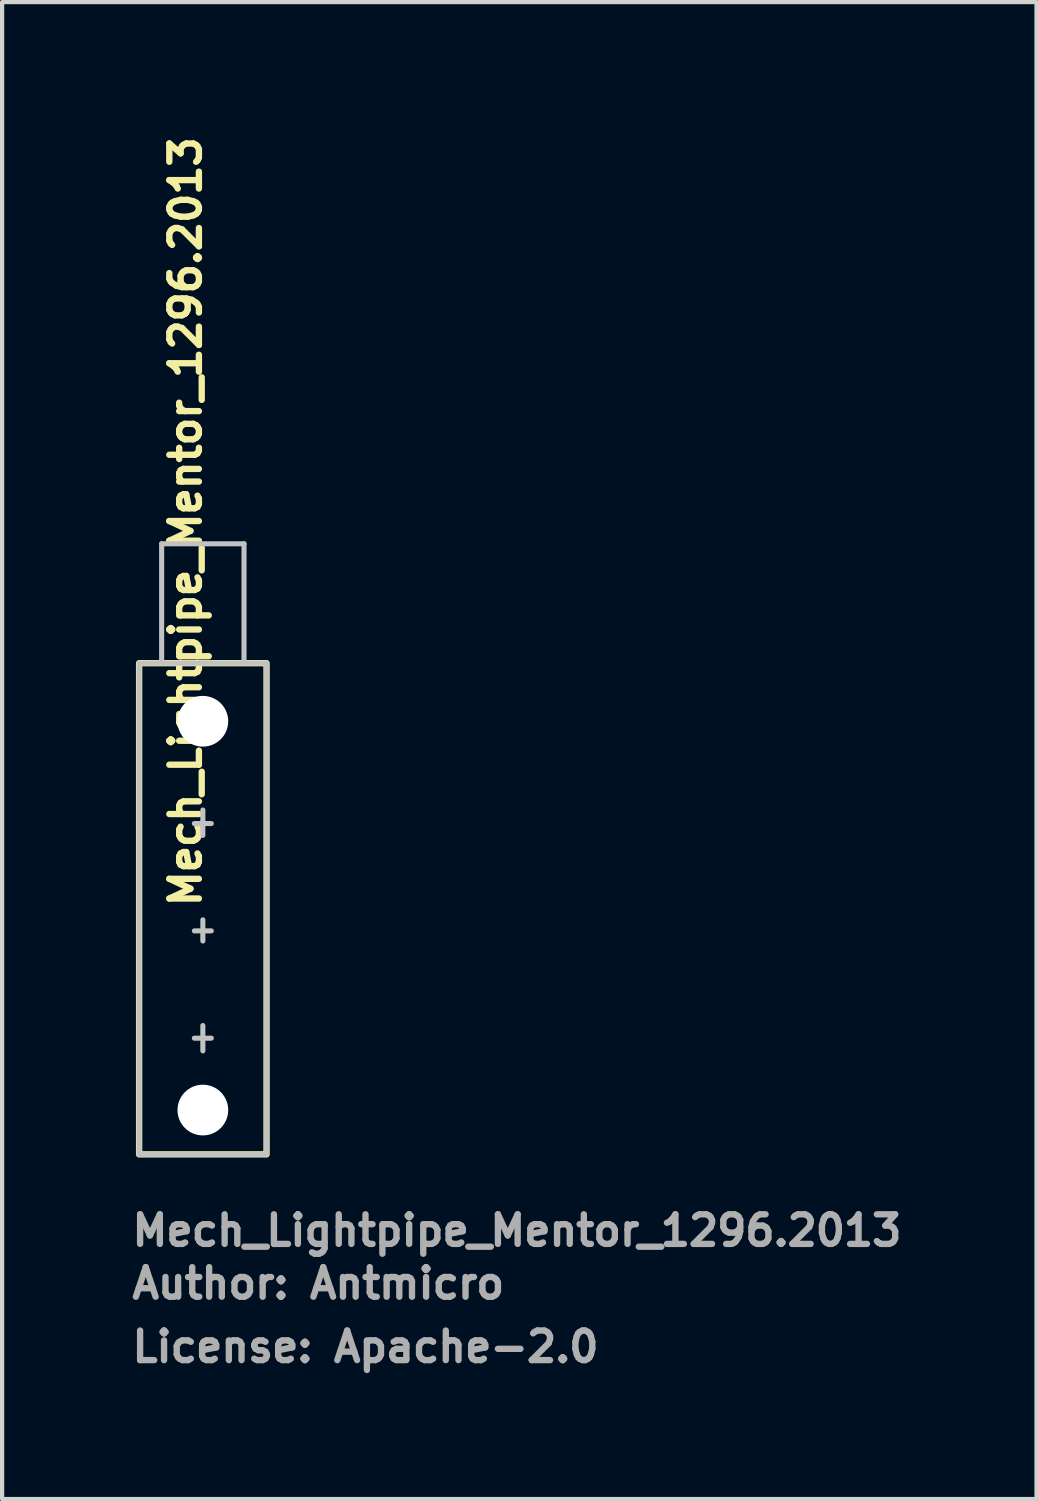
<source format=kicad_pcb>
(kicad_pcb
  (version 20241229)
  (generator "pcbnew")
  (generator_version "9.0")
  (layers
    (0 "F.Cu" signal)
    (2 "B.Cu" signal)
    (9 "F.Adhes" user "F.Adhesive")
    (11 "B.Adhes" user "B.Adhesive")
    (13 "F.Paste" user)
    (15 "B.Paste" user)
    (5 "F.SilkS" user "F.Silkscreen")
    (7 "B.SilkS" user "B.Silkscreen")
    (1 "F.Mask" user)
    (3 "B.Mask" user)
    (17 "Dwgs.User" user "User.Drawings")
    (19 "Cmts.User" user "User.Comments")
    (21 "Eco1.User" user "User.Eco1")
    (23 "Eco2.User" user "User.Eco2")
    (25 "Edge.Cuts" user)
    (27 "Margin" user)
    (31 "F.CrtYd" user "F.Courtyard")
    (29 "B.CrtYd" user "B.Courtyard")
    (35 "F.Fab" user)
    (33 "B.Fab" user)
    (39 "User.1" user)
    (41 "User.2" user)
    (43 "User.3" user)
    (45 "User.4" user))
  (footprint "Mech_Lightpipe_Mentor_1296.2013"
    (layer "F.Cu")
    (at 1.75 18.977)
    (property "Reference" "Mech_Lightpipe_Mentor_1296.2013" (at 0 -0.5 90) (unlocked yes) (layer "F.SilkS") (effects (font (size 0.7 0.7) (thickness 0.15)) (justify left bottom)))
    (attr exclude_from_pos_files)
    (fp_rect (start -1.508 -6.335) (end 1.507 5.289) (stroke (width 0.15) (type solid)) (fill no) (layer "F.SilkS"))
    (fp_line (start -0.975 -9.16) (end -0.975 -6.361) (stroke (width 0.12) (type solid)) (layer "Dwgs.User"))
    (fp_line (start -0.975 -9.16) (end 0.974 -9.16) (stroke (width 0.12) (type solid)) (layer "Dwgs.User"))
    (fp_line (start 0 -2.86) (end 0 -2.26) (stroke (width 0.12) (type solid)) (layer "Dwgs.User"))
    (fp_line (start 0 -0.261) (end 0 0.239) (stroke (width 0.12) (type solid)) (layer "Dwgs.User"))
    (fp_line (start 0 2.24) (end 0 2.839) (stroke (width 0.12) (type solid)) (layer "Dwgs.User"))
    (fp_line (start 0.2 -2.54) (end -0.201 -2.54) (stroke (width 0.12) (type solid)) (layer "Dwgs.User"))
    (fp_line (start 0.2 0) (end -0.201 0) (stroke (width 0.12) (type solid)) (layer "Dwgs.User"))
    (fp_line (start 0.2 2.539) (end -0.201 2.539) (stroke (width 0.12) (type solid)) (layer "Dwgs.User"))
    (fp_line (start 0.974 -9.16) (end 0.974 -6.361) (stroke (width 0.12) (type solid)) (layer "Dwgs.User"))
    (fp_rect (start -1.508 -6.335) (end 1.507 5.289) (stroke (width 0.12) (type solid)) (fill no) (layer "Dwgs.User"))
    (fp_line (start -1.595 -3.765) (end -0.966 -3.765) (stroke (width 0.01) (type solid)) (layer "User.9"))
    (fp_line (start -1.595 5.349) (end -1.595 -3.765) (stroke (width 0.01) (type solid)) (layer "User.9"))
    (fp_line (start -1.595 5.349) (end 1.59 5.349) (stroke (width 0.01) (type solid)) (layer "User.9"))
    (fp_line (start -1.57 -5.851) (end -1.57 -3.781) (stroke (width 0.01) (type solid)) (layer "User.9"))
    (fp_line (start -1.57 -5.851) (end -0.9 -5.851) (stroke (width 0.01) (type solid)) (layer "User.9"))
    (fp_line (start -1.57 -3.781) (end -1.595 -3.765) (stroke (width 0.01) (type solid)) (layer "User.9"))
    (fp_line (start -1.57 -3.781) (end -0.95 -3.781) (stroke (width 0.01) (type solid)) (layer "User.9"))
    (fp_line (start -0.966 -3.765) (end -0.966 4.645) (stroke (width 0.01) (type solid)) (layer "User.9"))
    (fp_line (start -0.966 -3.765) (end -0.95 -3.781) (stroke (width 0.01) (type solid)) (layer "User.9"))
    (fp_line (start -0.966 4.651) (end -0.966 4.645) (stroke (width 0.01) (type solid)) (layer "User.9"))
    (fp_line (start -0.965 4.657) (end -0.966 4.651) (stroke (width 0.01) (type solid)) (layer "User.9"))
    (fp_line (start -0.965 4.663) (end -0.965 4.657) (stroke (width 0.01) (type solid)) (layer "User.9"))
    (fp_line (start -0.964 4.669) (end -0.965 4.663) (stroke (width 0.01) (type solid)) (layer "User.9"))
    (fp_line (start -0.962 4.674) (end -0.964 4.669) (stroke (width 0.01) (type solid)) (layer "User.9"))
    (fp_line (start -0.961 4.68) (end -0.962 4.674) (stroke (width 0.01) (type solid)) (layer "User.9"))
    (fp_line (start -0.959 4.686) (end -0.961 4.68) (stroke (width 0.01) (type solid)) (layer "User.9"))
    (fp_line (start -0.958 4.644) (end -0.958 4.638) (stroke (width 0.01) (type solid)) (layer "User.9"))
    (fp_line (start -0.958 4.646) (end -0.958 4.646) (stroke (width 0.01) (type solid)) (layer "User.9"))
    (fp_line (start -0.958 4.647) (end -0.958 4.646) (stroke (width 0.01) (type solid)) (layer "User.9"))
    (fp_line (start -0.958 4.646) (end -0.958 4.646) (stroke (width 0.01) (type solid)) (layer "User.9"))
    (fp_line (start -0.958 4.646) (end -0.958 4.648) (stroke (width 0.01) (type solid)) (layer "User.9"))
    (fp_line (start -0.958 4.649) (end -0.958 4.647) (stroke (width 0.01) (type solid)) (layer "User.9"))
    (fp_line (start -0.958 4.65) (end -0.958 4.644) (stroke (width 0.01) (type solid)) (layer "User.9"))
    (fp_line (start -0.957 4.651) (end -0.958 4.649) (stroke (width 0.01) (type solid)) (layer "User.9"))
    (fp_line (start -0.957 4.656) (end -0.958 4.65) (stroke (width 0.01) (type solid)) (layer "User.9"))
    (fp_line (start -0.957 4.691) (end -0.959 4.686) (stroke (width 0.01) (type solid)) (layer "User.9"))
    (fp_line (start -0.956 4.659) (end -0.957 4.651) (stroke (width 0.01) (type solid)) (layer "User.9"))
    (fp_line (start -0.956 4.662) (end -0.957 4.656) (stroke (width 0.01) (type solid)) (layer "User.9"))
    (fp_line (start -0.955 4.668) (end -0.956 4.662) (stroke (width 0.01) (type solid)) (layer "User.9"))
    (fp_line (start -0.954 4.696) (end -0.957 4.691) (stroke (width 0.01) (type solid)) (layer "User.9"))
    (fp_line (start -0.954 4.669) (end -0.956 4.659) (stroke (width 0.01) (type solid)) (layer "User.9"))
    (fp_line (start -0.954 4.669) (end -0.954 4.669) (stroke (width 0.01) (type solid)) (layer "User.9"))
    (fp_line (start -0.953 4.673) (end -0.955 4.668) (stroke (width 0.01) (type solid)) (layer "User.9"))
    (fp_line (start -0.951 4.702) (end -0.954 4.696) (stroke (width 0.01) (type solid)) (layer "User.9"))
    (fp_line (start -0.951 4.679) (end -0.953 4.673) (stroke (width 0.01) (type solid)) (layer "User.9"))
    (fp_line (start -0.95 -3.331) (end -0.95 -3.781) (stroke (width 0.01) (type solid)) (layer "User.9"))
    (fp_line (start -0.95 -3.131) (end -0.95 -3.331) (stroke (width 0.01) (type solid)) (layer "User.9"))
    (fp_line (start -0.95 -1.631) (end -0.95 -1.831) (stroke (width 0.01) (type solid)) (layer "User.9"))
    (fp_line (start -0.95 -0.831) (end -0.95 -1.631) (stroke (width 0.01) (type solid)) (layer "User.9"))
    (fp_line (start -0.95 -0.631) (end -0.95 -0.831) (stroke (width 0.01) (type solid)) (layer "User.9"))
    (fp_line (start -0.95 0.909) (end -0.95 0.709) (stroke (width 0.01) (type solid)) (layer "User.9"))
    (fp_line (start -0.95 1.709) (end -0.95 0.909) (stroke (width 0.01) (type solid)) (layer "User.9"))
    (fp_line (start -0.95 1.909) (end -0.95 1.709) (stroke (width 0.01) (type solid)) (layer "User.9"))
    (fp_line (start -0.95 -1.831) (end -0.95 -3.131) (stroke (width 0.01) (type solid)) (layer "User.9"))
    (fp_line (start -0.95 -1.831) (end -0.95 -1.821) (stroke (width 0.01) (type solid)) (layer "User.9"))
    (fp_line (start -0.95 0.709) (end -0.95 -0.631) (stroke (width 0.01) (type solid)) (layer "User.9"))
    (fp_line (start -0.95 0.709) (end -0.95 0.719) (stroke (width 0.01) (type solid)) (layer "User.9"))
    (fp_line (start -0.95 1.909) (end -0.95 4.681) (stroke (width 0.01) (type solid)) (layer "User.9"))
    (fp_line (start -0.95 1.909) (end -0.95 1.9) (stroke (width 0.01) (type solid)) (layer "User.9"))
    (fp_line (start -0.95 -3.14) (end -0.95 -3.131) (stroke (width 0.01) (type solid)) (layer "User.9"))
    (fp_line (start -0.95 -0.64) (end -0.95 -0.631) (stroke (width 0.01) (type solid)) (layer "User.9"))
    (fp_line (start -0.95 -1.821) (end -0.949 -1.812) (stroke (width 0.01) (type solid)) (layer "User.9"))
    (fp_line (start -0.95 0.719) (end -0.949 0.728) (stroke (width 0.01) (type solid)) (layer "User.9"))
    (fp_line (start -0.95 1.9) (end -0.949 1.891) (stroke (width 0.01) (type solid)) (layer "User.9"))
    (fp_line (start -0.949 -3.149) (end -0.95 -3.14) (stroke (width 0.01) (type solid)) (layer "User.9"))
    (fp_line (start -0.949 -0.649) (end -0.95 -0.64) (stroke (width 0.01) (type solid)) (layer "User.9"))
    (fp_line (start -0.949 -1.812) (end -0.948 -1.803) (stroke (width 0.01) (type solid)) (layer "User.9"))
    (fp_line (start -0.949 0.728) (end -0.948 0.737) (stroke (width 0.01) (type solid)) (layer "User.9"))
    (fp_line (start -0.949 1.891) (end -0.948 1.882) (stroke (width 0.01) (type solid)) (layer "User.9"))
    (fp_line (start -0.949 4.684) (end -0.951 4.679) (stroke (width 0.01) (type solid)) (layer "User.9"))
    (fp_line (start -0.949 4.707) (end -0.951 4.702) (stroke (width 0.01) (type solid)) (layer "User.9"))
    (fp_line (start -0.948 -3.158) (end -0.949 -3.149) (stroke (width 0.01) (type solid)) (layer "User.9"))
    (fp_line (start -0.948 -0.658) (end -0.949 -0.649) (stroke (width 0.01) (type solid)) (layer "User.9"))
    (fp_line (start -0.948 -1.803) (end -0.946 -1.794) (stroke (width 0.01) (type solid)) (layer "User.9"))
    (fp_line (start -0.948 0.737) (end -0.946 0.746) (stroke (width 0.01) (type solid)) (layer "User.9"))
    (fp_line (start -0.948 1.882) (end -0.946 1.873) (stroke (width 0.01) (type solid)) (layer "User.9"))
    (fp_line (start -0.947 -3.167) (end -0.948 -3.158) (stroke (width 0.01) (type solid)) (layer "User.9"))
    (fp_line (start -0.947 -0.667) (end -0.948 -0.658) (stroke (width 0.01) (type solid)) (layer "User.9"))
    (fp_line (start -0.946 -1.794) (end -0.945 -1.785) (stroke (width 0.01) (type solid)) (layer "User.9"))
    (fp_line (start -0.946 0.746) (end -0.945 0.755) (stroke (width 0.01) (type solid)) (layer "User.9"))
    (fp_line (start -0.946 1.873) (end -0.945 1.864) (stroke (width 0.01) (type solid)) (layer "User.9"))
    (fp_line (start -0.946 4.69) (end -0.949 4.684) (stroke (width 0.01) (type solid)) (layer "User.9"))
    (fp_line (start -0.946 4.691) (end -0.954 4.669) (stroke (width 0.01) (type solid)) (layer "User.9"))
    (fp_line (start -0.946 4.691) (end -0.946 4.691) (stroke (width 0.01) (type solid)) (layer "User.9"))
    (fp_line (start -0.945 4.712) (end -0.949 4.707) (stroke (width 0.01) (type solid)) (layer "User.9"))
    (fp_line (start -0.945 -3.176) (end -0.947 -3.167) (stroke (width 0.01) (type solid)) (layer "User.9"))
    (fp_line (start -0.945 -0.676) (end -0.947 -0.667) (stroke (width 0.01) (type solid)) (layer "User.9"))
    (fp_line (start -0.945 -1.785) (end -0.942 -1.777) (stroke (width 0.01) (type solid)) (layer "User.9"))
    (fp_line (start -0.945 0.755) (end -0.942 0.763) (stroke (width 0.01) (type solid)) (layer "User.9"))
    (fp_line (start -0.945 1.864) (end -0.942 1.855) (stroke (width 0.01) (type solid)) (layer "User.9"))
    (fp_line (start -0.944 4.694) (end -0.946 4.691) (stroke (width 0.01) (type solid)) (layer "User.9"))
    (fp_line (start -0.944 4.695) (end -0.946 4.69) (stroke (width 0.01) (type solid)) (layer "User.9"))
    (fp_line (start -0.943 4.697) (end -0.944 4.694) (stroke (width 0.01) (type solid)) (layer "User.9"))
    (fp_line (start -0.943 -3.185) (end -0.945 -3.176) (stroke (width 0.01) (type solid)) (layer "User.9"))
    (fp_line (start -0.943 -0.685) (end -0.945 -0.676) (stroke (width 0.01) (type solid)) (layer "User.9"))
    (fp_line (start -0.942 -1.777) (end -0.94 -1.768) (stroke (width 0.01) (type solid)) (layer "User.9"))
    (fp_line (start -0.942 0.763) (end -0.94 0.772) (stroke (width 0.01) (type solid)) (layer "User.9"))
    (fp_line (start -0.942 1.855) (end -0.94 1.847) (stroke (width 0.01) (type solid)) (layer "User.9"))
    (fp_line (start -0.942 4.716) (end -0.945 4.712) (stroke (width 0.01) (type solid)) (layer "User.9"))
    (fp_line (start -0.941 4.7) (end -0.943 4.697) (stroke (width 0.01) (type solid)) (layer "User.9"))
    (fp_line (start -0.941 4.7) (end -0.944 4.695) (stroke (width 0.01) (type solid)) (layer "User.9"))
    (fp_line (start -0.94 -3.193) (end -0.943 -3.185) (stroke (width 0.01) (type solid)) (layer "User.9"))
    (fp_line (start -0.94 -0.693) (end -0.943 -0.685) (stroke (width 0.01) (type solid)) (layer "User.9"))
    (fp_line (start -0.94 -1.768) (end -0.937 -1.76) (stroke (width 0.01) (type solid)) (layer "User.9"))
    (fp_line (start -0.94 0.772) (end -0.937 0.78) (stroke (width 0.01) (type solid)) (layer "User.9"))
    (fp_line (start -0.94 1.847) (end -0.937 1.839) (stroke (width 0.01) (type solid)) (layer "User.9"))
    (fp_line (start -0.939 4.702) (end -0.941 4.7) (stroke (width 0.01) (type solid)) (layer "User.9"))
    (fp_line (start -0.938 4.721) (end -0.942 4.716) (stroke (width 0.01) (type solid)) (layer "User.9"))
    (fp_line (start -0.938 4.705) (end -0.941 4.7) (stroke (width 0.01) (type solid)) (layer "User.9"))
    (fp_line (start -0.938 4.705) (end -0.939 4.702) (stroke (width 0.01) (type solid)) (layer "User.9"))
    (fp_line (start -0.937 -3.201) (end -0.94 -3.193) (stroke (width 0.01) (type solid)) (layer "User.9"))
    (fp_line (start -0.937 -0.701) (end -0.94 -0.693) (stroke (width 0.01) (type solid)) (layer "User.9"))
    (fp_line (start -0.937 -1.76) (end -0.934 -1.752) (stroke (width 0.01) (type solid)) (layer "User.9"))
    (fp_line (start -0.937 0.78) (end -0.934 0.788) (stroke (width 0.01) (type solid)) (layer "User.9"))
    (fp_line (start -0.937 1.839) (end -0.934 1.83) (stroke (width 0.01) (type solid)) (layer "User.9"))
    (fp_line (start -0.936 4.708) (end -0.938 4.705) (stroke (width 0.01) (type solid)) (layer "User.9"))
    (fp_line (start -0.934 4.709) (end -0.938 4.705) (stroke (width 0.01) (type solid)) (layer "User.9"))
    (fp_line (start -0.934 4.725) (end -0.938 4.721) (stroke (width 0.01) (type solid)) (layer "User.9"))
    (fp_line (start -0.934 4.71) (end -0.936 4.708) (stroke (width 0.01) (type solid)) (layer "User.9"))
    (fp_line (start -0.934 -3.21) (end -0.937 -3.201) (stroke (width 0.01) (type solid)) (layer "User.9"))
    (fp_line (start -0.934 -0.71) (end -0.937 -0.701) (stroke (width 0.01) (type solid)) (layer "User.9"))
    (fp_line (start -0.934 -1.752) (end -0.93 -1.744) (stroke (width 0.01) (type solid)) (layer "User.9"))
    (fp_line (start -0.934 0.788) (end -0.93 0.796) (stroke (width 0.01) (type solid)) (layer "User.9"))
    (fp_line (start -0.934 1.83) (end -0.93 1.822) (stroke (width 0.01) (type solid)) (layer "User.9"))
    (fp_line (start -0.932 4.713) (end -0.934 4.71) (stroke (width 0.01) (type solid)) (layer "User.9"))
    (fp_line (start -0.931 4.714) (end -0.934 4.709) (stroke (width 0.01) (type solid)) (layer "User.9"))
    (fp_line (start -0.93 4.73) (end -0.934 4.725) (stroke (width 0.01) (type solid)) (layer "User.9"))
    (fp_line (start -0.93 -3.218) (end -0.934 -3.21) (stroke (width 0.01) (type solid)) (layer "User.9"))
    (fp_line (start -0.93 -0.718) (end -0.934 -0.71) (stroke (width 0.01) (type solid)) (layer "User.9"))
    (fp_line (start -0.93 -1.744) (end -0.926 -1.736) (stroke (width 0.01) (type solid)) (layer "User.9"))
    (fp_line (start -0.93 0.796) (end -0.926 0.804) (stroke (width 0.01) (type solid)) (layer "User.9"))
    (fp_line (start -0.93 1.822) (end -0.926 1.814) (stroke (width 0.01) (type solid)) (layer "User.9"))
    (fp_line (start -0.93 4.715) (end -0.932 4.713) (stroke (width 0.01) (type solid)) (layer "User.9"))
    (fp_line (start -0.928 4.717) (end -0.93 4.715) (stroke (width 0.01) (type solid)) (layer "User.9"))
    (fp_line (start -0.927 4.718) (end -0.931 4.714) (stroke (width 0.01) (type solid)) (layer "User.9"))
    (fp_line (start -0.926 4.734) (end -0.93 4.73) (stroke (width 0.01) (type solid)) (layer "User.9"))
    (fp_line (start -0.926 -3.226) (end -0.93 -3.218) (stroke (width 0.01) (type solid)) (layer "User.9"))
    (fp_line (start -0.926 -0.726) (end -0.93 -0.718) (stroke (width 0.01) (type solid)) (layer "User.9"))
    (fp_line (start -0.926 -1.736) (end -0.921 -1.728) (stroke (width 0.01) (type solid)) (layer "User.9"))
    (fp_line (start -0.926 0.804) (end -0.921 0.812) (stroke (width 0.01) (type solid)) (layer "User.9"))
    (fp_line (start -0.926 1.814) (end -0.921 1.807) (stroke (width 0.01) (type solid)) (layer "User.9"))
    (fp_line (start -0.926 4.72) (end -0.928 4.717) (stroke (width 0.01) (type solid)) (layer "User.9"))
    (fp_line (start -0.923 4.722) (end -0.926 4.72) (stroke (width 0.01) (type solid)) (layer "User.9"))
    (fp_line (start -0.923 4.722) (end -0.927 4.718) (stroke (width 0.01) (type solid)) (layer "User.9"))
    (fp_line (start -0.922 4.738) (end -0.926 4.734) (stroke (width 0.01) (type solid)) (layer "User.9"))
    (fp_line (start -0.922 -3.233) (end -0.926 -3.226) (stroke (width 0.01) (type solid)) (layer "User.9"))
    (fp_line (start -0.922 -0.733) (end -0.926 -0.726) (stroke (width 0.01) (type solid)) (layer "User.9"))
    (fp_line (start -0.921 -1.728) (end -0.917 -1.72) (stroke (width 0.01) (type solid)) (layer "User.9"))
    (fp_line (start -0.921 0.812) (end -0.917 0.82) (stroke (width 0.01) (type solid)) (layer "User.9"))
    (fp_line (start -0.921 1.807) (end -0.917 1.799) (stroke (width 0.01) (type solid)) (layer "User.9"))
    (fp_line (start -0.921 4.724) (end -0.923 4.722) (stroke (width 0.01) (type solid)) (layer "User.9"))
    (fp_line (start -0.919 4.726) (end -0.923 4.722) (stroke (width 0.01) (type solid)) (layer "User.9"))
    (fp_line (start -0.919 4.726) (end -0.921 4.724) (stroke (width 0.01) (type solid)) (layer "User.9"))
    (fp_line (start -0.917 4.741) (end -0.922 4.738) (stroke (width 0.01) (type solid)) (layer "User.9"))
    (fp_line (start -0.917 -3.241) (end -0.922 -3.233) (stroke (width 0.01) (type solid)) (layer "User.9"))
    (fp_line (start -0.917 -0.741) (end -0.922 -0.733) (stroke (width 0.01) (type solid)) (layer "User.9"))
    (fp_line (start -0.917 -1.72) (end -0.911 -1.713) (stroke (width 0.01) (type solid)) (layer "User.9"))
    (fp_line (start -0.917 0.82) (end -0.911 0.827) (stroke (width 0.01) (type solid)) (layer "User.9"))
    (fp_line (start -0.917 1.799) (end -0.911 1.792) (stroke (width 0.01) (type solid)) (layer "User.9"))
    (fp_line (start -0.916 4.729) (end -0.919 4.726) (stroke (width 0.01) (type solid)) (layer "User.9"))
    (fp_line (start -0.915 4.73) (end -0.919 4.726) (stroke (width 0.01) (type solid)) (layer "User.9"))
    (fp_line (start -0.914 4.731) (end -0.916 4.729) (stroke (width 0.01) (type solid)) (layer "User.9"))
    (fp_line (start -0.914 4.731) (end -0.914 4.731) (stroke (width 0.01) (type solid)) (layer "User.9"))
    (fp_line (start -0.912 4.745) (end -0.917 4.741) (stroke (width 0.01) (type solid)) (layer "User.9"))
    (fp_line (start -0.912 -3.248) (end -0.917 -3.241) (stroke (width 0.01) (type solid)) (layer "User.9"))
    (fp_line (start -0.912 -0.748) (end -0.917 -0.741) (stroke (width 0.01) (type solid)) (layer "User.9"))
    (fp_line (start -0.911 -1.713) (end -0.906 -1.706) (stroke (width 0.01) (type solid)) (layer "User.9"))
    (fp_line (start -0.911 0.827) (end -0.906 0.834) (stroke (width 0.01) (type solid)) (layer "User.9"))
    (fp_line (start -0.911 1.792) (end -0.906 1.784) (stroke (width 0.01) (type solid)) (layer "User.9"))
    (fp_line (start -0.91 4.734) (end -0.915 4.73) (stroke (width 0.01) (type solid)) (layer "User.9"))
    (fp_line (start -0.91 4.734) (end -0.914 4.731) (stroke (width 0.01) (type solid)) (layer "User.9"))
    (fp_line (start -0.907 4.748) (end -0.912 4.745) (stroke (width 0.01) (type solid)) (layer "User.9"))
    (fp_line (start -0.906 -3.256) (end -0.912 -3.248) (stroke (width 0.01) (type solid)) (layer "User.9"))
    (fp_line (start -0.906 -0.756) (end -0.912 -0.748) (stroke (width 0.01) (type solid)) (layer "User.9"))
    (fp_line (start -0.906 -1.706) (end -0.9 -1.698) (stroke (width 0.01) (type solid)) (layer "User.9"))
    (fp_line (start -0.906 0.834) (end -0.9 0.842) (stroke (width 0.01) (type solid)) (layer "User.9"))
    (fp_line (start -0.906 1.784) (end -0.9 1.777) (stroke (width 0.01) (type solid)) (layer "User.9"))
    (fp_line (start -0.906 4.737) (end -0.91 4.734) (stroke (width 0.01) (type solid)) (layer "User.9"))
    (fp_line (start -0.905 4.737) (end -0.91 4.734) (stroke (width 0.01) (type solid)) (layer "User.9"))
    (fp_line (start -0.902 4.751) (end -0.907 4.748) (stroke (width 0.01) (type solid)) (layer "User.9"))
    (fp_line (start -0.901 4.74) (end -0.906 4.737) (stroke (width 0.01) (type solid)) (layer "User.9"))
    (fp_line (start -0.901 4.74) (end -0.905 4.737) (stroke (width 0.01) (type solid)) (layer "User.9"))
    (fp_line (start -0.9 -6.305) (end -0.9 -8.705) (stroke (width 0.01) (type solid)) (layer "User.9"))
    (fp_line (start -0.9 -3.263) (end -0.906 -3.256) (stroke (width 0.01) (type solid)) (layer "User.9"))
    (fp_line (start -0.9 -0.763) (end -0.906 -0.756) (stroke (width 0.01) (type solid)) (layer "User.9"))
    (fp_line (start -0.9 -0.425) (end -0.9 -6.305) (stroke (width 0.01) (type solid)) (layer "User.9"))
    (fp_line (start -0.9 -0.425) (end -0.9 0.023) (stroke (width 0.01) (type solid)) (layer "User.9"))
    (fp_line (start -0.9 0.023) (end -0.9 0.023) (stroke (width 0.01) (type solid)) (layer "User.9"))
    (fp_line (start -0.9 0.023) (end -0.9 0.465) (stroke (width 0.01) (type solid)) (layer "User.9"))
    (fp_line (start -0.9 0.465) (end -0.9 0.465) (stroke (width 0.01) (type solid)) (layer "User.9"))
    (fp_line (start -0.9 0.465) (end -0.9 0.896) (stroke (width 0.01) (type solid)) (layer "User.9"))
    (fp_line (start -0.9 0.896) (end -0.9 0.896) (stroke (width 0.01) (type solid)) (layer "User.9"))
    (fp_line (start -0.9 0.896) (end -0.9 1.311) (stroke (width 0.01) (type solid)) (layer "User.9"))
    (fp_line (start -0.9 1.311) (end -0.9 1.311) (stroke (width 0.01) (type solid)) (layer "User.9"))
    (fp_line (start -0.9 1.311) (end -0.9 1.703) (stroke (width 0.01) (type solid)) (layer "User.9"))
    (fp_line (start -0.9 1.703) (end -0.9 1.703) (stroke (width 0.01) (type solid)) (layer "User.9"))
    (fp_line (start -0.9 1.703) (end -0.9 2.069) (stroke (width 0.01) (type solid)) (layer "User.9"))
    (fp_line (start -0.9 2.069) (end -0.9 2.069) (stroke (width 0.01) (type solid)) (layer "User.9"))
    (fp_line (start -0.9 2.069) (end -0.9 2.403) (stroke (width 0.01) (type solid)) (layer "User.9"))
    (fp_line (start -0.9 2.403) (end -0.9 2.403) (stroke (width 0.01) (type solid)) (layer "User.9"))
    (fp_line (start -0.9 2.403) (end -0.9 2.702) (stroke (width 0.01) (type solid)) (layer "User.9"))
    (fp_line (start -0.9 2.702) (end -0.9 2.702) (stroke (width 0.01) (type solid)) (layer "User.9"))
    (fp_line (start -0.9 2.702) (end -0.9 2.962) (stroke (width 0.01) (type solid)) (layer "User.9"))
    (fp_line (start -0.9 2.962) (end -0.9 2.962) (stroke (width 0.01) (type solid)) (layer "User.9"))
    (fp_line (start -0.9 2.962) (end -0.9 3.179) (stroke (width 0.01) (type solid)) (layer "User.9"))
    (fp_line (start -0.9 3.179) (end -0.9 3.179) (stroke (width 0.01) (type solid)) (layer "User.9"))
    (fp_line (start -0.9 3.179) (end -0.9 3.351) (stroke (width 0.01) (type solid)) (layer "User.9"))
    (fp_line (start -0.9 3.351) (end -0.9 3.351) (stroke (width 0.01) (type solid)) (layer "User.9"))
    (fp_line (start -0.9 3.351) (end -0.9 3.475) (stroke (width 0.01) (type solid)) (layer "User.9"))
    (fp_line (start -0.9 3.475) (end -0.9 3.475) (stroke (width 0.01) (type solid)) (layer "User.9"))
    (fp_line (start -0.9 3.475) (end -0.9 3.55) (stroke (width 0.01) (type solid)) (layer "User.9"))
    (fp_line (start -0.9 3.55) (end -0.9 3.55) (stroke (width 0.01) (type solid)) (layer "User.9"))
    (fp_line (start -0.9 3.55) (end -0.9 3.575) (stroke (width 0.01) (type solid)) (layer "User.9"))
    (fp_line (start -0.9 3.695) (end -0.9 3.575) (stroke (width 0.01) (type solid)) (layer "User.9"))
    (fp_line (start -0.9 4.575) (end -0.9 3.695) (stroke (width 0.01) (type solid)) (layer "User.9"))
    (fp_line (start -0.9 4.575) (end -0.9 4.695) (stroke (width 0.01) (type solid)) (layer "User.9"))
    (fp_line (start -0.897 4.753) (end -0.902 4.751) (stroke (width 0.01) (type solid)) (layer "User.9"))
    (fp_line (start -0.897 4.742) (end -0.901 4.74) (stroke (width 0.01) (type solid)) (layer "User.9"))
    (fp_line (start -0.895 4.743) (end -0.901 4.74) (stroke (width 0.01) (type solid)) (layer "User.9"))
    (fp_line (start -0.892 4.745) (end -0.897 4.742) (stroke (width 0.01) (type solid)) (layer "User.9"))
    (fp_line (start -0.892 4.756) (end -0.897 4.753) (stroke (width 0.01) (type solid)) (layer "User.9"))
    (fp_line (start -0.89 4.746) (end -0.895 4.743) (stroke (width 0.01) (type solid)) (layer "User.9"))
    (fp_line (start -0.888 4.747) (end -0.892 4.745) (stroke (width 0.01) (type solid)) (layer "User.9"))
    (fp_line (start -0.886 4.758) (end -0.892 4.756) (stroke (width 0.01) (type solid)) (layer "User.9"))
    (fp_line (start -0.885 4.748) (end -0.89 4.746) (stroke (width 0.01) (type solid)) (layer "User.9"))
    (fp_line (start -0.883 4.749) (end -0.888 4.747) (stroke (width 0.01) (type solid)) (layer "User.9"))
    (fp_line (start -0.881 4.76) (end -0.886 4.758) (stroke (width 0.01) (type solid)) (layer "User.9"))
    (fp_line (start -0.88 4.75) (end -0.885 4.748) (stroke (width 0.01) (type solid)) (layer "User.9"))
    (fp_line (start -0.878 4.751) (end -0.883 4.749) (stroke (width 0.01) (type solid)) (layer "User.9"))
    (fp_line (start -0.876 -8.705) (end -0.9 -8.705) (stroke (width 0.01) (type solid)) (layer "User.9"))
    (fp_line (start -0.876 -8.705) (end -0.876 -8.705) (stroke (width 0.01) (type solid)) (layer "User.9"))
    (fp_line (start -0.875 4.762) (end -0.881 4.76) (stroke (width 0.01) (type solid)) (layer "User.9"))
    (fp_line (start -0.874 4.752) (end -0.88 4.75) (stroke (width 0.01) (type solid)) (layer "User.9"))
    (fp_line (start -0.874 4.752) (end -0.878 4.751) (stroke (width 0.01) (type solid)) (layer "User.9"))
    (fp_line (start -0.869 4.763) (end -0.875 4.762) (stroke (width 0.01) (type solid)) (layer "User.9"))
    (fp_line (start -0.869 4.754) (end -0.874 4.752) (stroke (width 0.01) (type solid)) (layer "User.9"))
    (fp_line (start -0.868 4.754) (end -0.874 4.752) (stroke (width 0.01) (type solid)) (layer "User.9"))
    (fp_line (start -0.864 4.755) (end -0.869 4.754) (stroke (width 0.01) (type solid)) (layer "User.9"))
    (fp_line (start -0.864 4.764) (end -0.869 4.763) (stroke (width 0.01) (type solid)) (layer "User.9"))
    (fp_line (start -0.862 4.755) (end -0.868 4.754) (stroke (width 0.01) (type solid)) (layer "User.9"))
    (fp_line (start -0.859 4.756) (end -0.864 4.755) (stroke (width 0.01) (type solid)) (layer "User.9"))
    (fp_line (start -0.858 4.765) (end -0.864 4.764) (stroke (width 0.01) (type solid)) (layer "User.9"))
    (fp_line (start -0.857 4.756) (end -0.862 4.755) (stroke (width 0.01) (type solid)) (layer "User.9"))
    (fp_line (start -0.854 4.757) (end -0.859 4.756) (stroke (width 0.01) (type solid)) (layer "User.9"))
    (fp_line (start -0.852 4.765) (end -0.858 4.765) (stroke (width 0.01) (type solid)) (layer "User.9"))
    (fp_line (start -0.851 4.757) (end -0.857 4.756) (stroke (width 0.01) (type solid)) (layer "User.9"))
    (fp_line (start -0.849 4.757) (end -0.854 4.757) (stroke (width 0.01) (type solid)) (layer "User.9"))
    (fp_line (start -0.846 4.765) (end -0.852 4.765) (stroke (width 0.01) (type solid)) (layer "User.9"))
    (fp_line (start -0.846 4.765) (end 0.996 4.765) (stroke (width 0.01) (type solid)) (layer "User.9"))
    (fp_line (start -0.844 4.757) (end -0.851 4.757) (stroke (width 0.01) (type solid)) (layer "User.9"))
    (fp_line (start -0.844 4.757) (end -0.849 4.757) (stroke (width 0.01) (type solid)) (layer "User.9"))
    (fp_line (start -0.838 4.758) (end -0.844 4.757) (stroke (width 0.01) (type solid)) (layer "User.9"))
    (fp_line (start -0.838 4.758) (end -0.844 4.757) (stroke (width 0.01) (type solid)) (layer "User.9"))
    (fp_line (start -0.803 -8.705) (end -0.876 -8.705) (stroke (width 0.01) (type solid)) (layer "User.9"))
    (fp_line (start -0.803 -8.705) (end -0.803 -8.705) (stroke (width 0.01) (type solid)) (layer "User.9"))
    (fp_line (start -0.712 -8.705) (end -0.677 -8.751) (stroke (width 0.01) (type solid)) (layer "User.9"))
    (fp_line (start -0.687 -8.705) (end -0.803 -8.705) (stroke (width 0.01) (type solid)) (layer "User.9"))
    (fp_line (start -0.687 -8.705) (end -0.687 -8.705) (stroke (width 0.01) (type solid)) (layer "User.9"))
    (fp_line (start -0.677 -8.751) (end -0.639 -8.794) (stroke (width 0.01) (type solid)) (layer "User.9"))
    (fp_line (start -0.639 -8.794) (end -0.598 -8.835) (stroke (width 0.01) (type solid)) (layer "User.9"))
    (fp_line (start -0.598 -8.835) (end -0.556 -8.874) (stroke (width 0.01) (type solid)) (layer "User.9"))
    (fp_line (start -0.556 -8.874) (end -0.511 -8.909) (stroke (width 0.01) (type solid)) (layer "User.9"))
    (fp_line (start -0.533 -8.705) (end -0.687 -8.705) (stroke (width 0.01) (type solid)) (layer "User.9"))
    (fp_line (start -0.533 -8.705) (end -0.533 -8.705) (stroke (width 0.01) (type solid)) (layer "User.9"))
    (fp_line (start -0.511 -8.909) (end -0.465 -8.942) (stroke (width 0.01) (type solid)) (layer "User.9"))
    (fp_line (start -0.465 -8.942) (end -0.416 -8.972) (stroke (width 0.01) (type solid)) (layer "User.9"))
    (fp_line (start -0.425 4.695) (end -0.425 4.758) (stroke (width 0.01) (type solid)) (layer "User.9"))
    (fp_line (start -0.416 -8.972) (end -0.367 -8.999) (stroke (width 0.01) (type solid)) (layer "User.9"))
    (fp_line (start -0.367 -8.999) (end -0.315 -9.024) (stroke (width 0.01) (type solid)) (layer "User.9"))
    (fp_line (start -0.348 -8.705) (end -0.533 -8.705) (stroke (width 0.01) (type solid)) (layer "User.9"))
    (fp_line (start -0.348 -8.705) (end -0.348 -8.705) (stroke (width 0.01) (type solid)) (layer "User.9"))
    (fp_line (start -0.315 -9.024) (end -0.263 -9.045) (stroke (width 0.01) (type solid)) (layer "User.9"))
    (fp_line (start -0.263 -9.045) (end -0.209 -9.063) (stroke (width 0.01) (type solid)) (layer "User.9"))
    (fp_line (start -0.209 -9.063) (end -0.154 -9.078) (stroke (width 0.01) (type solid)) (layer "User.9"))
    (fp_line (start -0.154 -9.078) (end -0.098 -9.09) (stroke (width 0.01) (type solid)) (layer "User.9"))
    (fp_line (start -0.142 -8.705) (end -0.348 -8.705) (stroke (width 0.01) (type solid)) (layer "User.9"))
    (fp_line (start -0.142 -8.705) (end -0.142 -8.705) (stroke (width 0.01) (type solid)) (layer "User.9"))
    (fp_line (start -0.098 -9.09) (end -0.041 -9.098) (stroke (width 0.01) (type solid)) (layer "User.9"))
    (fp_line (start -0.041 -9.098) (end 0.017 -9.103) (stroke (width 0.01) (type solid)) (layer "User.9"))
    (fp_line (start 0.017 -9.103) (end 0.075 -9.105) (stroke (width 0.01) (type solid)) (layer "User.9"))
    (fp_line (start 0.075 -9.105) (end 0.133 -9.103) (stroke (width 0.01) (type solid)) (layer "User.9"))
    (fp_line (start 0.075 -8.705) (end -0.142 -8.705) (stroke (width 0.01) (type solid)) (layer "User.9"))
    (fp_line (start 0.075 -8.705) (end 0.075 -8.705) (stroke (width 0.01) (type solid)) (layer "User.9"))
    (fp_line (start 0.075 -6.305) (end -0.9 -6.305) (stroke (width 0.01) (type solid)) (layer "User.9"))
    (fp_line (start 0.133 -9.103) (end 0.191 -9.098) (stroke (width 0.01) (type solid)) (layer "User.9"))
    (fp_line (start 0.191 -9.098) (end 0.248 -9.09) (stroke (width 0.01) (type solid)) (layer "User.9"))
    (fp_line (start 0.248 -9.09) (end 0.304 -9.078) (stroke (width 0.01) (type solid)) (layer "User.9"))
    (fp_line (start 0.292 -8.705) (end 0.075 -8.705) (stroke (width 0.01) (type solid)) (layer "User.9"))
    (fp_line (start 0.292 -8.705) (end 0.292 -8.705) (stroke (width 0.01) (type solid)) (layer "User.9"))
    (fp_line (start 0.304 -9.078) (end 0.359 -9.063) (stroke (width 0.01) (type solid)) (layer "User.9"))
    (fp_line (start 0.359 -9.063) (end 0.413 -9.045) (stroke (width 0.01) (type solid)) (layer "User.9"))
    (fp_line (start 0.413 -9.045) (end 0.465 -9.024) (stroke (width 0.01) (type solid)) (layer "User.9"))
    (fp_line (start 0.465 -9.024) (end 0.517 -8.999) (stroke (width 0.01) (type solid)) (layer "User.9"))
    (fp_line (start 0.498 -8.705) (end 0.292 -8.705) (stroke (width 0.01) (type solid)) (layer "User.9"))
    (fp_line (start 0.498 -8.705) (end 0.498 -8.705) (stroke (width 0.01) (type solid)) (layer "User.9"))
    (fp_line (start 0.517 -8.999) (end 0.566 -8.972) (stroke (width 0.01) (type solid)) (layer "User.9"))
    (fp_line (start 0.566 -8.972) (end 0.615 -8.942) (stroke (width 0.01) (type solid)) (layer "User.9"))
    (fp_line (start 0.575 4.695) (end -0.425 4.695) (stroke (width 0.01) (type solid)) (layer "User.9"))
    (fp_line (start 0.575 4.695) (end 0.575 4.758) (stroke (width 0.01) (type solid)) (layer "User.9"))
    (fp_line (start 0.615 -8.942) (end 0.661 -8.909) (stroke (width 0.01) (type solid)) (layer "User.9"))
    (fp_line (start 0.661 -8.909) (end 0.706 -8.874) (stroke (width 0.01) (type solid)) (layer "User.9"))
    (fp_line (start 0.683 -8.705) (end 0.498 -8.705) (stroke (width 0.01) (type solid)) (layer "User.9"))
    (fp_line (start 0.683 -8.705) (end 0.683 -8.705) (stroke (width 0.01) (type solid)) (layer "User.9"))
    (fp_line (start 0.706 -8.874) (end 0.748 -8.835) (stroke (width 0.01) (type solid)) (layer "User.9"))
    (fp_line (start 0.748 -8.835) (end 0.789 -8.794) (stroke (width 0.01) (type solid)) (layer "User.9"))
    (fp_line (start 0.789 -8.794) (end 0.827 -8.751) (stroke (width 0.01) (type solid)) (layer "User.9"))
    (fp_line (start 0.827 -8.751) (end 0.862 -8.705) (stroke (width 0.01) (type solid)) (layer "User.9"))
    (fp_line (start 0.837 -8.705) (end 0.683 -8.705) (stroke (width 0.01) (type solid)) (layer "User.9"))
    (fp_line (start 0.837 -8.705) (end 0.837 -8.705) (stroke (width 0.01) (type solid)) (layer "User.9"))
    (fp_line (start 0.953 -8.705) (end 0.837 -8.705) (stroke (width 0.01) (type solid)) (layer "User.9"))
    (fp_line (start 0.953 -8.705) (end 0.953 -8.705) (stroke (width 0.01) (type solid)) (layer "User.9"))
    (fp_line (start 0.988 4.758) (end 0.994 4.757) (stroke (width 0.01) (type solid)) (layer "User.9"))
    (fp_line (start 0.994 4.757) (end 0.999 4.757) (stroke (width 0.01) (type solid)) (layer "User.9"))
    (fp_line (start 0.994 4.757) (end 0.988 4.758) (stroke (width 0.01) (type solid)) (layer "User.9"))
    (fp_line (start 0.999 4.757) (end 1.004 4.757) (stroke (width 0.01) (type solid)) (layer "User.9"))
    (fp_line (start 1.001 4.757) (end 0.994 4.757) (stroke (width 0.01) (type solid)) (layer "User.9"))
    (fp_line (start 1.002 4.765) (end 0.996 4.765) (stroke (width 0.01) (type solid)) (layer "User.9"))
    (fp_line (start 1.004 4.757) (end 1.009 4.756) (stroke (width 0.01) (type solid)) (layer "User.9"))
    (fp_line (start 1.007 4.756) (end 1.001 4.757) (stroke (width 0.01) (type solid)) (layer "User.9"))
    (fp_line (start 1.008 4.765) (end 1.002 4.765) (stroke (width 0.01) (type solid)) (layer "User.9"))
    (fp_line (start 1.009 4.756) (end 1.014 4.755) (stroke (width 0.01) (type solid)) (layer "User.9"))
    (fp_line (start 1.012 4.755) (end 1.007 4.756) (stroke (width 0.01) (type solid)) (layer "User.9"))
    (fp_line (start 1.014 4.764) (end 1.008 4.765) (stroke (width 0.01) (type solid)) (layer "User.9"))
    (fp_line (start 1.014 4.755) (end 1.019 4.754) (stroke (width 0.01) (type solid)) (layer "User.9"))
    (fp_line (start 1.018 4.754) (end 1.012 4.755) (stroke (width 0.01) (type solid)) (layer "User.9"))
    (fp_line (start 1.019 4.754) (end 1.024 4.752) (stroke (width 0.01) (type solid)) (layer "User.9"))
    (fp_line (start 1.019 4.763) (end 1.014 4.764) (stroke (width 0.01) (type solid)) (layer "User.9"))
    (fp_line (start 1.024 4.752) (end 1.028 4.751) (stroke (width 0.01) (type solid)) (layer "User.9"))
    (fp_line (start 1.024 4.752) (end 1.018 4.754) (stroke (width 0.01) (type solid)) (layer "User.9"))
    (fp_line (start 1.025 4.762) (end 1.019 4.763) (stroke (width 0.01) (type solid)) (layer "User.9"))
    (fp_line (start 1.026 -8.705) (end 0.953 -8.705) (stroke (width 0.01) (type solid)) (layer "User.9"))
    (fp_line (start 1.026 -8.705) (end 1.026 -8.705) (stroke (width 0.01) (type solid)) (layer "User.9"))
    (fp_line (start 1.028 4.751) (end 1.033 4.749) (stroke (width 0.01) (type solid)) (layer "User.9"))
    (fp_line (start 1.03 4.75) (end 1.024 4.752) (stroke (width 0.01) (type solid)) (layer "User.9"))
    (fp_line (start 1.031 4.76) (end 1.025 4.762) (stroke (width 0.01) (type solid)) (layer "User.9"))
    (fp_line (start 1.033 4.749) (end 1.038 4.747) (stroke (width 0.01) (type solid)) (layer "User.9"))
    (fp_line (start 1.035 4.748) (end 1.03 4.75) (stroke (width 0.01) (type solid)) (layer "User.9"))
    (fp_line (start 1.036 4.758) (end 1.031 4.76) (stroke (width 0.01) (type solid)) (layer "User.9"))
    (fp_line (start 1.038 4.747) (end 1.042 4.745) (stroke (width 0.01) (type solid)) (layer "User.9"))
    (fp_line (start 1.04 4.746) (end 1.035 4.748) (stroke (width 0.01) (type solid)) (layer "User.9"))
    (fp_line (start 1.042 4.756) (end 1.036 4.758) (stroke (width 0.01) (type solid)) (layer "User.9"))
    (fp_line (start 1.042 4.745) (end 1.047 4.742) (stroke (width 0.01) (type solid)) (layer "User.9"))
    (fp_line (start 1.045 4.743) (end 1.04 4.746) (stroke (width 0.01) (type solid)) (layer "User.9"))
    (fp_line (start 1.047 4.742) (end 1.051 4.74) (stroke (width 0.01) (type solid)) (layer "User.9"))
    (fp_line (start 1.047 4.753) (end 1.042 4.756) (stroke (width 0.01) (type solid)) (layer "User.9"))
    (fp_line (start 1.05 -8.705) (end 1.026 -8.705) (stroke (width 0.01) (type solid)) (layer "User.9"))
    (fp_line (start 1.05 -6.305) (end 0.075 -6.305) (stroke (width 0.01) (type solid)) (layer "User.9"))
    (fp_line (start 1.05 -6.305) (end 1.05 -8.705) (stroke (width 0.01) (type solid)) (layer "User.9"))
    (fp_line (start 1.05 -5.851) (end 1.59 -5.851) (stroke (width 0.01) (type solid)) (layer "User.9"))
    (fp_line (start 1.05 -3.263) (end 1.056 -3.256) (stroke (width 0.01) (type solid)) (layer "User.9"))
    (fp_line (start 1.05 -0.763) (end 1.056 -0.756) (stroke (width 0.01) (type solid)) (layer "User.9"))
    (fp_line (start 1.05 -0.425) (end 1.05 -6.305) (stroke (width 0.01) (type solid)) (layer "User.9"))
    (fp_line (start 1.05 -0.425) (end 1.05 0.023) (stroke (width 0.01) (type solid)) (layer "User.9"))
    (fp_line (start 1.05 0.023) (end 1.05 0.023) (stroke (width 0.01) (type solid)) (layer "User.9"))
    (fp_line (start 1.05 0.023) (end 1.05 0.465) (stroke (width 0.01) (type solid)) (layer "User.9"))
    (fp_line (start 1.05 0.465) (end 1.05 0.465) (stroke (width 0.01) (type solid)) (layer "User.9"))
    (fp_line (start 1.05 0.465) (end 1.05 0.896) (stroke (width 0.01) (type solid)) (layer "User.9"))
    (fp_line (start 1.05 0.896) (end 1.05 0.896) (stroke (width 0.01) (type solid)) (layer "User.9"))
    (fp_line (start 1.05 0.896) (end 1.05 1.311) (stroke (width 0.01) (type solid)) (layer "User.9"))
    (fp_line (start 1.05 1.311) (end 1.05 1.311) (stroke (width 0.01) (type solid)) (layer "User.9"))
    (fp_line (start 1.05 1.311) (end 1.05 1.703) (stroke (width 0.01) (type solid)) (layer "User.9"))
    (fp_line (start 1.05 1.703) (end 1.05 1.703) (stroke (width 0.01) (type solid)) (layer "User.9"))
    (fp_line (start 1.05 1.703) (end 1.05 2.069) (stroke (width 0.01) (type solid)) (layer "User.9"))
    (fp_line (start 1.05 1.777) (end 1.056 1.784) (stroke (width 0.01) (type solid)) (layer "User.9"))
    (fp_line (start 1.05 2.069) (end 1.05 2.069) (stroke (width 0.01) (type solid)) (layer "User.9"))
    (fp_line (start 1.05 2.069) (end 1.05 2.403) (stroke (width 0.01) (type solid)) (layer "User.9"))
    (fp_line (start 1.05 2.403) (end 1.05 2.403) (stroke (width 0.01) (type solid)) (layer "User.9"))
    (fp_line (start 1.05 2.403) (end 1.05 2.702) (stroke (width 0.01) (type solid)) (layer "User.9"))
    (fp_line (start 1.05 2.702) (end 1.05 2.702) (stroke (width 0.01) (type solid)) (layer "User.9"))
    (fp_line (start 1.05 2.702) (end 1.05 2.962) (stroke (width 0.01) (type solid)) (layer "User.9"))
    (fp_line (start 1.05 2.962) (end 1.05 2.962) (stroke (width 0.01) (type solid)) (layer "User.9"))
    (fp_line (start 1.05 2.962) (end 1.05 3.179) (stroke (width 0.01) (type solid)) (layer "User.9"))
    (fp_line (start 1.05 3.179) (end 1.05 3.179) (stroke (width 0.01) (type solid)) (layer "User.9"))
    (fp_line (start 1.05 3.179) (end 1.05 3.351) (stroke (width 0.01) (type solid)) (layer "User.9"))
    (fp_line (start 1.05 3.351) (end 1.05 3.351) (stroke (width 0.01) (type solid)) (layer "User.9"))
    (fp_line (start 1.05 3.351) (end 1.05 3.475) (stroke (width 0.01) (type solid)) (layer "User.9"))
    (fp_line (start 1.05 3.475) (end 1.05 3.475) (stroke (width 0.01) (type solid)) (layer "User.9"))
    (fp_line (start 1.05 3.475) (end 1.05 3.55) (stroke (width 0.01) (type solid)) (layer "User.9"))
    (fp_line (start 1.05 3.55) (end 1.05 3.55) (stroke (width 0.01) (type solid)) (layer "User.9"))
    (fp_line (start 1.05 3.55) (end 1.05 3.575) (stroke (width 0.01) (type solid)) (layer "User.9"))
    (fp_line (start 1.05 3.575) (end -0.9 3.575) (stroke (width 0.01) (type solid)) (layer "User.9"))
    (fp_line (start 1.05 3.695) (end 1.05 3.575) (stroke (width 0.01) (type solid)) (layer "User.9"))
    (fp_line (start 1.05 4.575) (end 1.05 3.695) (stroke (width 0.01) (type solid)) (layer "User.9"))
    (fp_line (start 1.05 4.575) (end 1.05 4.695) (stroke (width 0.01) (type solid)) (layer "User.9"))
    (fp_line (start 1.05 4.695) (end -0.9 4.695) (stroke (width 0.01) (type solid)) (layer "User.9"))
    (fp_line (start 1.051 4.74) (end 1.045 4.743) (stroke (width 0.01) (type solid)) (layer "User.9"))
    (fp_line (start 1.051 4.74) (end 1.056 4.737) (stroke (width 0.01) (type solid)) (layer "User.9"))
    (fp_line (start 1.052 4.751) (end 1.047 4.753) (stroke (width 0.01) (type solid)) (layer "User.9"))
    (fp_line (start 1.055 4.737) (end 1.051 4.74) (stroke (width 0.01) (type solid)) (layer "User.9"))
    (fp_line (start 1.056 4.737) (end 1.06 4.734) (stroke (width 0.01) (type solid)) (layer "User.9"))
    (fp_line (start 1.056 -0.756) (end 1.061 -0.749) (stroke (width 0.01) (type solid)) (layer "User.9"))
    (fp_line (start 1.056 -1.706) (end 1.05 -1.698) (stroke (width 0.01) (type solid)) (layer "User.9"))
    (fp_line (start 1.056 0.834) (end 1.05 0.842) (stroke (width 0.01) (type solid)) (layer "User.9"))
    (fp_line (start 1.056 1.784) (end 1.061 1.792) (stroke (width 0.01) (type solid)) (layer "User.9"))
    (fp_line (start 1.056 -3.256) (end 1.062 -3.248) (stroke (width 0.01) (type solid)) (layer "User.9"))
    (fp_line (start 1.057 4.748) (end 1.052 4.751) (stroke (width 0.01) (type solid)) (layer "User.9"))
    (fp_line (start 1.06 4.734) (end 1.064 4.731) (stroke (width 0.01) (type solid)) (layer "User.9"))
    (fp_line (start 1.06 4.734) (end 1.055 4.737) (stroke (width 0.01) (type solid)) (layer "User.9"))
    (fp_line (start 1.061 -0.749) (end 1.067 -0.741) (stroke (width 0.01) (type solid)) (layer "User.9"))
    (fp_line (start 1.061 -1.713) (end 1.056 -1.706) (stroke (width 0.01) (type solid)) (layer "User.9"))
    (fp_line (start 1.061 0.827) (end 1.056 0.834) (stroke (width 0.01) (type solid)) (layer "User.9"))
    (fp_line (start 1.061 1.792) (end 1.067 1.799) (stroke (width 0.01) (type solid)) (layer "User.9"))
    (fp_line (start 1.062 -3.248) (end 1.067 -3.241) (stroke (width 0.01) (type solid)) (layer "User.9"))
    (fp_line (start 1.062 4.745) (end 1.057 4.748) (stroke (width 0.01) (type solid)) (layer "User.9"))
    (fp_line (start 1.064 4.731) (end 1.064 4.731) (stroke (width 0.01) (type solid)) (layer "User.9"))
    (fp_line (start 1.064 4.731) (end 1.066 4.729) (stroke (width 0.01) (type solid)) (layer "User.9"))
    (fp_line (start 1.065 4.73) (end 1.06 4.734) (stroke (width 0.01) (type solid)) (layer "User.9"))
    (fp_line (start 1.066 4.729) (end 1.069 4.726) (stroke (width 0.01) (type solid)) (layer "User.9"))
    (fp_line (start 1.067 -0.741) (end 1.071 -0.734) (stroke (width 0.01) (type solid)) (layer "User.9"))
    (fp_line (start 1.067 -1.72) (end 1.061 -1.713) (stroke (width 0.01) (type solid)) (layer "User.9"))
    (fp_line (start 1.067 0.82) (end 1.061 0.827) (stroke (width 0.01) (type solid)) (layer "User.9"))
    (fp_line (start 1.067 1.799) (end 1.071 1.807) (stroke (width 0.01) (type solid)) (layer "User.9"))
    (fp_line (start 1.067 -3.241) (end 1.072 -3.233) (stroke (width 0.01) (type solid)) (layer "User.9"))
    (fp_line (start 1.067 4.741) (end 1.062 4.745) (stroke (width 0.01) (type solid)) (layer "User.9"))
    (fp_line (start 1.069 4.726) (end 1.071 4.724) (stroke (width 0.01) (type solid)) (layer "User.9"))
    (fp_line (start 1.069 4.726) (end 1.065 4.73) (stroke (width 0.01) (type solid)) (layer "User.9"))
    (fp_line (start 1.071 4.724) (end 1.073 4.722) (stroke (width 0.01) (type solid)) (layer "User.9"))
    (fp_line (start 1.071 -0.734) (end 1.076 -0.726) (stroke (width 0.01) (type solid)) (layer "User.9"))
    (fp_line (start 1.071 -1.728) (end 1.067 -1.72) (stroke (width 0.01) (type solid)) (layer "User.9"))
    (fp_line (start 1.071 0.812) (end 1.067 0.82) (stroke (width 0.01) (type solid)) (layer "User.9"))
    (fp_line (start 1.071 1.807) (end 1.076 1.814) (stroke (width 0.01) (type solid)) (layer "User.9"))
    (fp_line (start 1.072 -3.233) (end 1.076 -3.226) (stroke (width 0.01) (type solid)) (layer "User.9"))
    (fp_line (start 1.072 4.738) (end 1.067 4.741) (stroke (width 0.01) (type solid)) (layer "User.9"))
    (fp_line (start 1.073 4.722) (end 1.069 4.726) (stroke (width 0.01) (type solid)) (layer "User.9"))
    (fp_line (start 1.073 4.722) (end 1.076 4.72) (stroke (width 0.01) (type solid)) (layer "User.9"))
    (fp_line (start 1.076 4.72) (end 1.078 4.717) (stroke (width 0.01) (type solid)) (layer "User.9"))
    (fp_line (start 1.076 -0.726) (end 1.08 -0.718) (stroke (width 0.01) (type solid)) (layer "User.9"))
    (fp_line (start 1.076 -1.736) (end 1.071 -1.728) (stroke (width 0.01) (type solid)) (layer "User.9"))
    (fp_line (start 1.076 0.804) (end 1.071 0.812) (stroke (width 0.01) (type solid)) (layer "User.9"))
    (fp_line (start 1.076 1.814) (end 1.08 1.822) (stroke (width 0.01) (type solid)) (layer "User.9"))
    (fp_line (start 1.076 -3.226) (end 1.08 -3.218) (stroke (width 0.01) (type solid)) (layer "User.9"))
    (fp_line (start 1.076 4.734) (end 1.072 4.738) (stroke (width 0.01) (type solid)) (layer "User.9"))
    (fp_line (start 1.077 4.718) (end 1.073 4.722) (stroke (width 0.01) (type solid)) (layer "User.9"))
    (fp_line (start 1.078 4.717) (end 1.08 4.715) (stroke (width 0.01) (type solid)) (layer "User.9"))
    (fp_line (start 1.08 4.715) (end 1.082 4.713) (stroke (width 0.01) (type solid)) (layer "User.9"))
    (fp_line (start 1.08 -0.718) (end 1.084 -0.71) (stroke (width 0.01) (type solid)) (layer "User.9"))
    (fp_line (start 1.08 -1.744) (end 1.076 -1.736) (stroke (width 0.01) (type solid)) (layer "User.9"))
    (fp_line (start 1.08 0.796) (end 1.076 0.804) (stroke (width 0.01) (type solid)) (layer "User.9"))
    (fp_line (start 1.08 1.822) (end 1.084 1.83) (stroke (width 0.01) (type solid)) (layer "User.9"))
    (fp_line (start 1.08 -3.218) (end 1.084 -3.21) (stroke (width 0.01) (type solid)) (layer "User.9"))
    (fp_line (start 1.08 4.73) (end 1.076 4.734) (stroke (width 0.01) (type solid)) (layer "User.9"))
    (fp_line (start 1.081 4.714) (end 1.077 4.718) (stroke (width 0.01) (type solid)) (layer "User.9"))
    (fp_line (start 1.082 4.713) (end 1.084 4.71) (stroke (width 0.01) (type solid)) (layer "User.9"))
    (fp_line (start 1.084 -1.752) (end 1.08 -1.744) (stroke (width 0.01) (type solid)) (layer "User.9"))
    (fp_line (start 1.084 0.788) (end 1.08 0.796) (stroke (width 0.01) (type solid)) (layer "User.9"))
    (fp_line (start 1.084 1.83) (end 1.087 1.839) (stroke (width 0.01) (type solid)) (layer "User.9"))
    (fp_line (start 1.084 -0.71) (end 1.087 -0.701) (stroke (width 0.01) (type solid)) (layer "User.9"))
    (fp_line (start 1.084 -3.21) (end 1.087 -3.201) (stroke (width 0.01) (type solid)) (layer "User.9"))
    (fp_line (start 1.084 4.71) (end 1.086 4.708) (stroke (width 0.01) (type solid)) (layer "User.9"))
    (fp_line (start 1.084 4.725) (end 1.08 4.73) (stroke (width 0.01) (type solid)) (layer "User.9"))
    (fp_line (start 1.084 4.709) (end 1.081 4.714) (stroke (width 0.01) (type solid)) (layer "User.9"))
    (fp_line (start 1.086 4.708) (end 1.088 4.705) (stroke (width 0.01) (type solid)) (layer "User.9"))
    (fp_line (start 1.087 -1.76) (end 1.084 -1.752) (stroke (width 0.01) (type solid)) (layer "User.9"))
    (fp_line (start 1.087 0.78) (end 1.084 0.788) (stroke (width 0.01) (type solid)) (layer "User.9"))
    (fp_line (start 1.087 1.839) (end 1.09 1.847) (stroke (width 0.01) (type solid)) (layer "User.9"))
    (fp_line (start 1.087 -3.201) (end 1.09 -3.193) (stroke (width 0.01) (type solid)) (layer "User.9"))
    (fp_line (start 1.087 -0.701) (end 1.09 -0.693) (stroke (width 0.01) (type solid)) (layer "User.9"))
    (fp_line (start 1.088 4.705) (end 1.089 4.702) (stroke (width 0.01) (type solid)) (layer "User.9"))
    (fp_line (start 1.088 4.705) (end 1.084 4.709) (stroke (width 0.01) (type solid)) (layer "User.9"))
    (fp_line (start 1.088 4.721) (end 1.084 4.725) (stroke (width 0.01) (type solid)) (layer "User.9"))
    (fp_line (start 1.089 4.702) (end 1.091 4.7) (stroke (width 0.01) (type solid)) (layer "User.9"))
    (fp_line (start 1.09 -1.768) (end 1.087 -1.76) (stroke (width 0.01) (type solid)) (layer "User.9"))
    (fp_line (start 1.09 0.772) (end 1.087 0.78) (stroke (width 0.01) (type solid)) (layer "User.9"))
    (fp_line (start 1.09 1.847) (end 1.092 1.855) (stroke (width 0.01) (type solid)) (layer "User.9"))
    (fp_line (start 1.09 -3.193) (end 1.093 -3.185) (stroke (width 0.01) (type solid)) (layer "User.9"))
    (fp_line (start 1.09 -0.693) (end 1.093 -0.684) (stroke (width 0.01) (type solid)) (layer "User.9"))
    (fp_line (start 1.091 4.7) (end 1.088 4.705) (stroke (width 0.01) (type solid)) (layer "User.9"))
    (fp_line (start 1.091 4.7) (end 1.093 4.697) (stroke (width 0.01) (type solid)) (layer "User.9"))
    (fp_line (start 1.092 4.716) (end 1.088 4.721) (stroke (width 0.01) (type solid)) (layer "User.9"))
    (fp_line (start 1.092 -1.777) (end 1.09 -1.768) (stroke (width 0.01) (type solid)) (layer "User.9"))
    (fp_line (start 1.092 0.763) (end 1.09 0.772) (stroke (width 0.01) (type solid)) (layer "User.9"))
    (fp_line (start 1.092 1.855) (end 1.095 1.864) (stroke (width 0.01) (type solid)) (layer "User.9"))
    (fp_line (start 1.093 -3.185) (end 1.095 -3.176) (stroke (width 0.01) (type solid)) (layer "User.9"))
    (fp_line (start 1.093 4.697) (end 1.094 4.694) (stroke (width 0.01) (type solid)) (layer "User.9"))
    (fp_line (start 1.093 -0.684) (end 1.095 -0.676) (stroke (width 0.01) (type solid)) (layer "User.9"))
    (fp_line (start 1.094 4.695) (end 1.091 4.7) (stroke (width 0.01) (type solid)) (layer "User.9"))
    (fp_line (start 1.094 4.694) (end 1.096 4.691) (stroke (width 0.01) (type solid)) (layer "User.9"))
    (fp_line (start 1.095 -1.785) (end 1.092 -1.777) (stroke (width 0.01) (type solid)) (layer "User.9"))
    (fp_line (start 1.095 0.755) (end 1.092 0.763) (stroke (width 0.01) (type solid)) (layer "User.9"))
    (fp_line (start 1.095 1.864) (end 1.096 1.873) (stroke (width 0.01) (type solid)) (layer "User.9"))
    (fp_line (start 1.095 -3.176) (end 1.097 -3.167) (stroke (width 0.01) (type solid)) (layer "User.9"))
    (fp_line (start 1.095 -0.676) (end 1.097 -0.667) (stroke (width 0.01) (type solid)) (layer "User.9"))
    (fp_line (start 1.095 4.712) (end 1.092 4.716) (stroke (width 0.01) (type solid)) (layer "User.9"))
    (fp_line (start 1.096 4.691) (end 1.096 4.691) (stroke (width 0.01) (type solid)) (layer "User.9"))
    (fp_line (start 1.096 4.691) (end 1.104 4.669) (stroke (width 0.01) (type solid)) (layer "User.9"))
    (fp_line (start 1.096 4.69) (end 1.094 4.695) (stroke (width 0.01) (type solid)) (layer "User.9"))
    (fp_line (start 1.096 -1.794) (end 1.095 -1.785) (stroke (width 0.01) (type solid)) (layer "User.9"))
    (fp_line (start 1.096 0.746) (end 1.095 0.755) (stroke (width 0.01) (type solid)) (layer "User.9"))
    (fp_line (start 1.096 1.873) (end 1.098 1.882) (stroke (width 0.01) (type solid)) (layer "User.9"))
    (fp_line (start 1.097 -3.167) (end 1.098 -3.158) (stroke (width 0.01) (type solid)) (layer "User.9"))
    (fp_line (start 1.097 -0.667) (end 1.098 -0.658) (stroke (width 0.01) (type solid)) (layer "User.9"))
    (fp_line (start 1.098 -1.803) (end 1.096 -1.794) (stroke (width 0.01) (type solid)) (layer "User.9"))
    (fp_line (start 1.098 0.737) (end 1.096 0.746) (stroke (width 0.01) (type solid)) (layer "User.9"))
    (fp_line (start 1.098 1.882) (end 1.099 1.891) (stroke (width 0.01) (type solid)) (layer "User.9"))
    (fp_line (start 1.098 -3.158) (end 1.099 -3.149) (stroke (width 0.01) (type solid)) (layer "User.9"))
    (fp_line (start 1.098 -0.658) (end 1.099 -0.649) (stroke (width 0.01) (type solid)) (layer "User.9"))
    (fp_line (start 1.099 4.707) (end 1.095 4.712) (stroke (width 0.01) (type solid)) (layer "User.9"))
    (fp_line (start 1.099 4.684) (end 1.096 4.69) (stroke (width 0.01) (type solid)) (layer "User.9"))
    (fp_line (start 1.099 -1.812) (end 1.098 -1.803) (stroke (width 0.01) (type solid)) (layer "User.9"))
    (fp_line (start 1.099 0.728) (end 1.098 0.737) (stroke (width 0.01) (type solid)) (layer "User.9"))
    (fp_line (start 1.099 1.891) (end 1.1 1.9) (stroke (width 0.01) (type solid)) (layer "User.9"))
    (fp_line (start 1.099 -3.149) (end 1.1 -3.14) (stroke (width 0.01) (type solid)) (layer "User.9"))
    (fp_line (start 1.099 -0.649) (end 1.1 -0.64) (stroke (width 0.01) (type solid)) (layer "User.9"))
    (fp_line (start 1.1 -1.821) (end 1.099 -1.812) (stroke (width 0.01) (type solid)) (layer "User.9"))
    (fp_line (start 1.1 0.719) (end 1.099 0.728) (stroke (width 0.01) (type solid)) (layer "User.9"))
    (fp_line (start 1.1 1.9) (end 1.1 1.909) (stroke (width 0.01) (type solid)) (layer "User.9"))
    (fp_line (start 1.1 -3.14) (end 1.1 -3.131) (stroke (width 0.01) (type solid)) (layer "User.9"))
    (fp_line (start 1.1 -0.64) (end 1.1 -0.631) (stroke (width 0.01) (type solid)) (layer "User.9"))
    (fp_line (start 1.1 -3.331) (end 1.1 -3.781) (stroke (width 0.01) (type solid)) (layer "User.9"))
    (fp_line (start 1.1 -3.331) (end 1.1 -3.131) (stroke (width 0.01) (type solid)) (layer "User.9"))
    (fp_line (start 1.1 -3.131) (end 1.1 -1.831) (stroke (width 0.01) (type solid)) (layer "User.9"))
    (fp_line (start 1.1 -1.831) (end 1.1 -1.821) (stroke (width 0.01) (type solid)) (layer "User.9"))
    (fp_line (start 1.1 -1.831) (end 1.1 -1.631) (stroke (width 0.01) (type solid)) (layer "User.9"))
    (fp_line (start 1.1 -0.831) (end 1.1 -1.631) (stroke (width 0.01) (type solid)) (layer "User.9"))
    (fp_line (start 1.1 -0.831) (end 1.1 -0.631) (stroke (width 0.01) (type solid)) (layer "User.9"))
    (fp_line (start 1.1 -0.631) (end 1.1 0.709) (stroke (width 0.01) (type solid)) (layer "User.9"))
    (fp_line (start 1.1 0.709) (end 1.1 0.719) (stroke (width 0.01) (type solid)) (layer "User.9"))
    (fp_line (start 1.1 0.709) (end 1.1 0.909) (stroke (width 0.01) (type solid)) (layer "User.9"))
    (fp_line (start 1.1 1.709) (end 1.1 0.909) (stroke (width 0.01) (type solid)) (layer "User.9"))
    (fp_line (start 1.1 1.709) (end 1.1 1.909) (stroke (width 0.01) (type solid)) (layer "User.9"))
    (fp_line (start 1.1 4.681) (end 1.1 1.909) (stroke (width 0.01) (type solid)) (layer "User.9"))
    (fp_line (start 1.101 4.679) (end 1.099 4.684) (stroke (width 0.01) (type solid)) (layer "User.9"))
    (fp_line (start 1.101 4.702) (end 1.099 4.707) (stroke (width 0.01) (type solid)) (layer "User.9"))
    (fp_line (start 1.103 4.673) (end 1.101 4.679) (stroke (width 0.01) (type solid)) (layer "User.9"))
    (fp_line (start 1.104 4.669) (end 1.104 4.669) (stroke (width 0.01) (type solid)) (layer "User.9"))
    (fp_line (start 1.104 4.669) (end 1.106 4.659) (stroke (width 0.01) (type solid)) (layer "User.9"))
    (fp_line (start 1.104 4.696) (end 1.101 4.702) (stroke (width 0.01) (type solid)) (layer "User.9"))
    (fp_line (start 1.105 4.668) (end 1.103 4.673) (stroke (width 0.01) (type solid)) (layer "User.9"))
    (fp_line (start 1.106 4.662) (end 1.105 4.668) (stroke (width 0.01) (type solid)) (layer "User.9"))
    (fp_line (start 1.106 4.659) (end 1.107 4.651) (stroke (width 0.01) (type solid)) (layer "User.9"))
    (fp_line (start 1.107 4.691) (end 1.104 4.696) (stroke (width 0.01) (type solid)) (layer "User.9"))
    (fp_line (start 1.107 4.656) (end 1.106 4.662) (stroke (width 0.01) (type solid)) (layer "User.9"))
    (fp_line (start 1.107 4.651) (end 1.108 4.649) (stroke (width 0.01) (type solid)) (layer "User.9"))
    (fp_line (start 1.108 4.65) (end 1.107 4.656) (stroke (width 0.01) (type solid)) (layer "User.9"))
    (fp_line (start 1.108 4.649) (end 1.108 4.647) (stroke (width 0.01) (type solid)) (layer "User.9"))
    (fp_line (start 1.108 4.646) (end 1.108 4.648) (stroke (width 0.01) (type solid)) (layer "User.9"))
    (fp_line (start 1.108 4.646) (end 1.108 4.646) (stroke (width 0.01) (type solid)) (layer "User.9"))
    (fp_line (start 1.108 4.647) (end 1.108 4.646) (stroke (width 0.01) (type solid)) (layer "User.9"))
    (fp_line (start 1.108 4.646) (end 1.108 4.646) (stroke (width 0.01) (type solid)) (layer "User.9"))
    (fp_line (start 1.108 4.644) (end 1.108 4.65) (stroke (width 0.01) (type solid)) (layer "User.9"))
    (fp_line (start 1.108 4.638) (end 1.108 4.644) (stroke (width 0.01) (type solid)) (layer "User.9"))
    (fp_line (start 1.109 4.686) (end 1.107 4.691) (stroke (width 0.01) (type solid)) (layer "User.9"))
    (fp_line (start 1.111 4.68) (end 1.109 4.686) (stroke (width 0.01) (type solid)) (layer "User.9"))
    (fp_line (start 1.112 4.674) (end 1.111 4.68) (stroke (width 0.01) (type solid)) (layer "User.9"))
    (fp_line (start 1.114 4.669) (end 1.112 4.674) (stroke (width 0.01) (type solid)) (layer "User.9"))
    (fp_line (start 1.115 4.663) (end 1.114 4.669) (stroke (width 0.01) (type solid)) (layer "User.9"))
    (fp_line (start 1.115 4.657) (end 1.115 4.663) (stroke (width 0.01) (type solid)) (layer "User.9"))
    (fp_line (start 1.116 4.651) (end 1.115 4.657) (stroke (width 0.01) (type solid)) (layer "User.9"))
    (fp_line (start 1.116 -3.765) (end 1.1 -3.781) (stroke (width 0.01) (type solid)) (layer "User.9"))
    (fp_line (start 1.116 -3.765) (end 1.574 -3.765) (stroke (width 0.01) (type solid)) (layer "User.9"))
    (fp_line (start 1.116 4.645) (end 1.116 4.651) (stroke (width 0.01) (type solid)) (layer "User.9"))
    (fp_line (start 1.116 4.645) (end 1.116 -3.765) (stroke (width 0.01) (type solid)) (layer "User.9"))
    (fp_line (start 1.574 -3.765) (end 1.574 4.645) (stroke (width 0.01) (type solid)) (layer "User.9"))
    (fp_line (start 1.574 -3.765) (end 1.59 -3.781) (stroke (width 0.01) (type solid)) (layer "User.9"))
    (fp_line (start 1.574 4.649) (end 1.574 4.645) (stroke (width 0.01) (type solid)) (layer "User.9"))
    (fp_line (start 1.575 4.653) (end 1.574 4.649) (stroke (width 0.01) (type solid)) (layer "User.9"))
    (fp_line (start 1.575 4.657) (end 1.575 4.653) (stroke (width 0.01) (type solid)) (layer "User.9"))
    (fp_line (start 1.575 4.661) (end 1.575 4.657) (stroke (width 0.01) (type solid)) (layer "User.9"))
    (fp_line (start 1.576 4.664) (end 1.575 4.661) (stroke (width 0.01) (type solid)) (layer "User.9"))
    (fp_line (start 1.577 4.668) (end 1.576 4.664) (stroke (width 0.01) (type solid)) (layer "User.9"))
    (fp_line (start 1.577 4.672) (end 1.577 4.668) (stroke (width 0.01) (type solid)) (layer "User.9"))
    (fp_line (start 1.578 4.676) (end 1.577 4.672) (stroke (width 0.01) (type solid)) (layer "User.9"))
    (fp_line (start 1.579 4.679) (end 1.578 4.676) (stroke (width 0.01) (type solid)) (layer "User.9"))
    (fp_line (start 1.581 4.683) (end 1.579 4.679) (stroke (width 0.01) (type solid)) (layer "User.9"))
    (fp_line (start 1.582 4.638) (end 1.582 4.638) (stroke (width 0.01) (type solid)) (layer "User.9"))
    (fp_line (start 1.582 4.638) (end 1.582 4.638) (stroke (width 0.01) (type solid)) (layer "User.9"))
    (fp_line (start 1.582 4.687) (end 1.581 4.683) (stroke (width 0.01) (type solid)) (layer "User.9"))
    (fp_line (start 1.582 4.638) (end 1.582 4.638) (stroke (width 0.01) (type solid)) (layer "User.9"))
    (fp_line (start 1.582 4.639) (end 1.582 4.638) (stroke (width 0.01) (type solid)) (layer "User.9"))
    (fp_line (start 1.582 4.64) (end 1.582 4.639) (stroke (width 0.01) (type solid)) (layer "User.9"))
    (fp_line (start 1.582 4.643) (end 1.582 4.64) (stroke (width 0.01) (type solid)) (layer "User.9"))
    (fp_line (start 1.582 4.646) (end 1.582 4.646) (stroke (width 0.01) (type solid)) (layer "User.9"))
    (fp_line (start 1.582 4.646) (end 1.582 4.648) (stroke (width 0.01) (type solid)) (layer "User.9"))
    (fp_line (start 1.582 4.647) (end 1.582 4.646) (stroke (width 0.01) (type solid)) (layer "User.9"))
    (fp_line (start 1.582 4.648) (end 1.582 4.643) (stroke (width 0.01) (type solid)) (layer "User.9"))
    (fp_line (start 1.583 4.651) (end 1.582 4.647) (stroke (width 0.01) (type solid)) (layer "User.9"))
    (fp_line (start 1.583 4.654) (end 1.583 4.651) (stroke (width 0.01) (type solid)) (layer "User.9"))
    (fp_line (start 1.583 4.69) (end 1.582 4.687) (stroke (width 0.01) (type solid)) (layer "User.9"))
    (fp_line (start 1.583 4.657) (end 1.583 4.654) (stroke (width 0.01) (type solid)) (layer "User.9"))
    (fp_line (start 1.584 4.659) (end 1.583 4.657) (stroke (width 0.01) (type solid)) (layer "User.9"))
    (fp_line (start 1.584 4.662) (end 1.584 4.659) (stroke (width 0.01) (type solid)) (layer "User.9"))
    (fp_line (start 1.584 4.662) (end 1.584 4.662) (stroke (width 0.01) (type solid)) (layer "User.9"))
    (fp_line (start 1.585 4.694) (end 1.583 4.69) (stroke (width 0.01) (type solid)) (layer "User.9"))
    (fp_line (start 1.586 4.697) (end 1.585 4.694) (stroke (width 0.01) (type solid)) (layer "User.9"))
    (fp_line (start 1.588 4.701) (end 1.586 4.697) (stroke (width 0.01) (type solid)) (layer "User.9"))
    (fp_line (start 1.59 -3.781) (end 1.1 -3.781) (stroke (width 0.01) (type solid)) (layer "User.9"))
    (fp_line (start 1.59 -3.781) (end 1.59 -5.851) (stroke (width 0.01) (type solid)) (layer "User.9"))
    (fp_line (start 1.59 -3.781) (end 1.59 -3.131) (stroke (width 0.01) (type solid)) (layer "User.9"))
    (fp_line (start 1.59 -3.131) (end 1.59 1.709) (stroke (width 0.01) (type solid)) (layer "User.9"))
    (fp_line (start 1.59 1.709) (end 1.59 1.909) (stroke (width 0.01) (type solid)) (layer "User.9"))
    (fp_line (start 1.59 1.909) (end 1.59 5.349) (stroke (width 0.01) (type solid)) (layer "User.9"))
    (fp_line (start 1.59 4.681) (end 1.59 4.704) (stroke (width 0.01) (type solid)) (layer "User.9"))
    (fp_line (start 1.59 4.704) (end 1.588 4.701) (stroke (width 0.01) (type solid)) (layer "User.9"))
    (fp_line (start 1.59 4.704) (end 1.59 4.681) (stroke (width 0.01) (type solid)) (layer "User.9"))
    (fp_line (start 1.59 5.349) (end 1.59 4.704) (stroke (width 0.01) (type solid)) (layer "User.9"))
    (fp_line (start 1.59 4.681) (end 1.584 4.662) (stroke (width 0.01) (type solid)) (layer "User.9"))
    (fp_text user "Author: Antmicro" (at -1.75 8.75 0) (layer "F.Fab") (effects (font (size 0.7 0.7) (thickness 0.15)) (justify left bottom)))
    (fp_text user "${REFERENCE}" (at -1.75 7.5 0) (layer "F.Fab") (effects (font (size 0.7 0.7) (thickness 0.15)) (justify left bottom)))
    (fp_text user "License: Apache-2.0" (at -1.75 10.25 0) (layer "F.Fab") (effects (font (size 0.7 0.7) (thickness 0.15)) (justify left bottom)))
    (pad "" np_thru_hole circle (at 0 -4.96) (size 1.2 1.2) (drill 1.2) (layers "*.Cu" "*.Mask"))
    (pad "" np_thru_hole circle (at 0 4.24) (size 1.2 1.2) (drill 1.2) (layers "*.Cu" "*.Mask")))
  (gr_rect
    (start -3 -3)
    (end 21.477 32.422)
    (stroke (width 0.1) (type default))
    (fill no)
    (layer "Edge.Cuts")))
</source>
